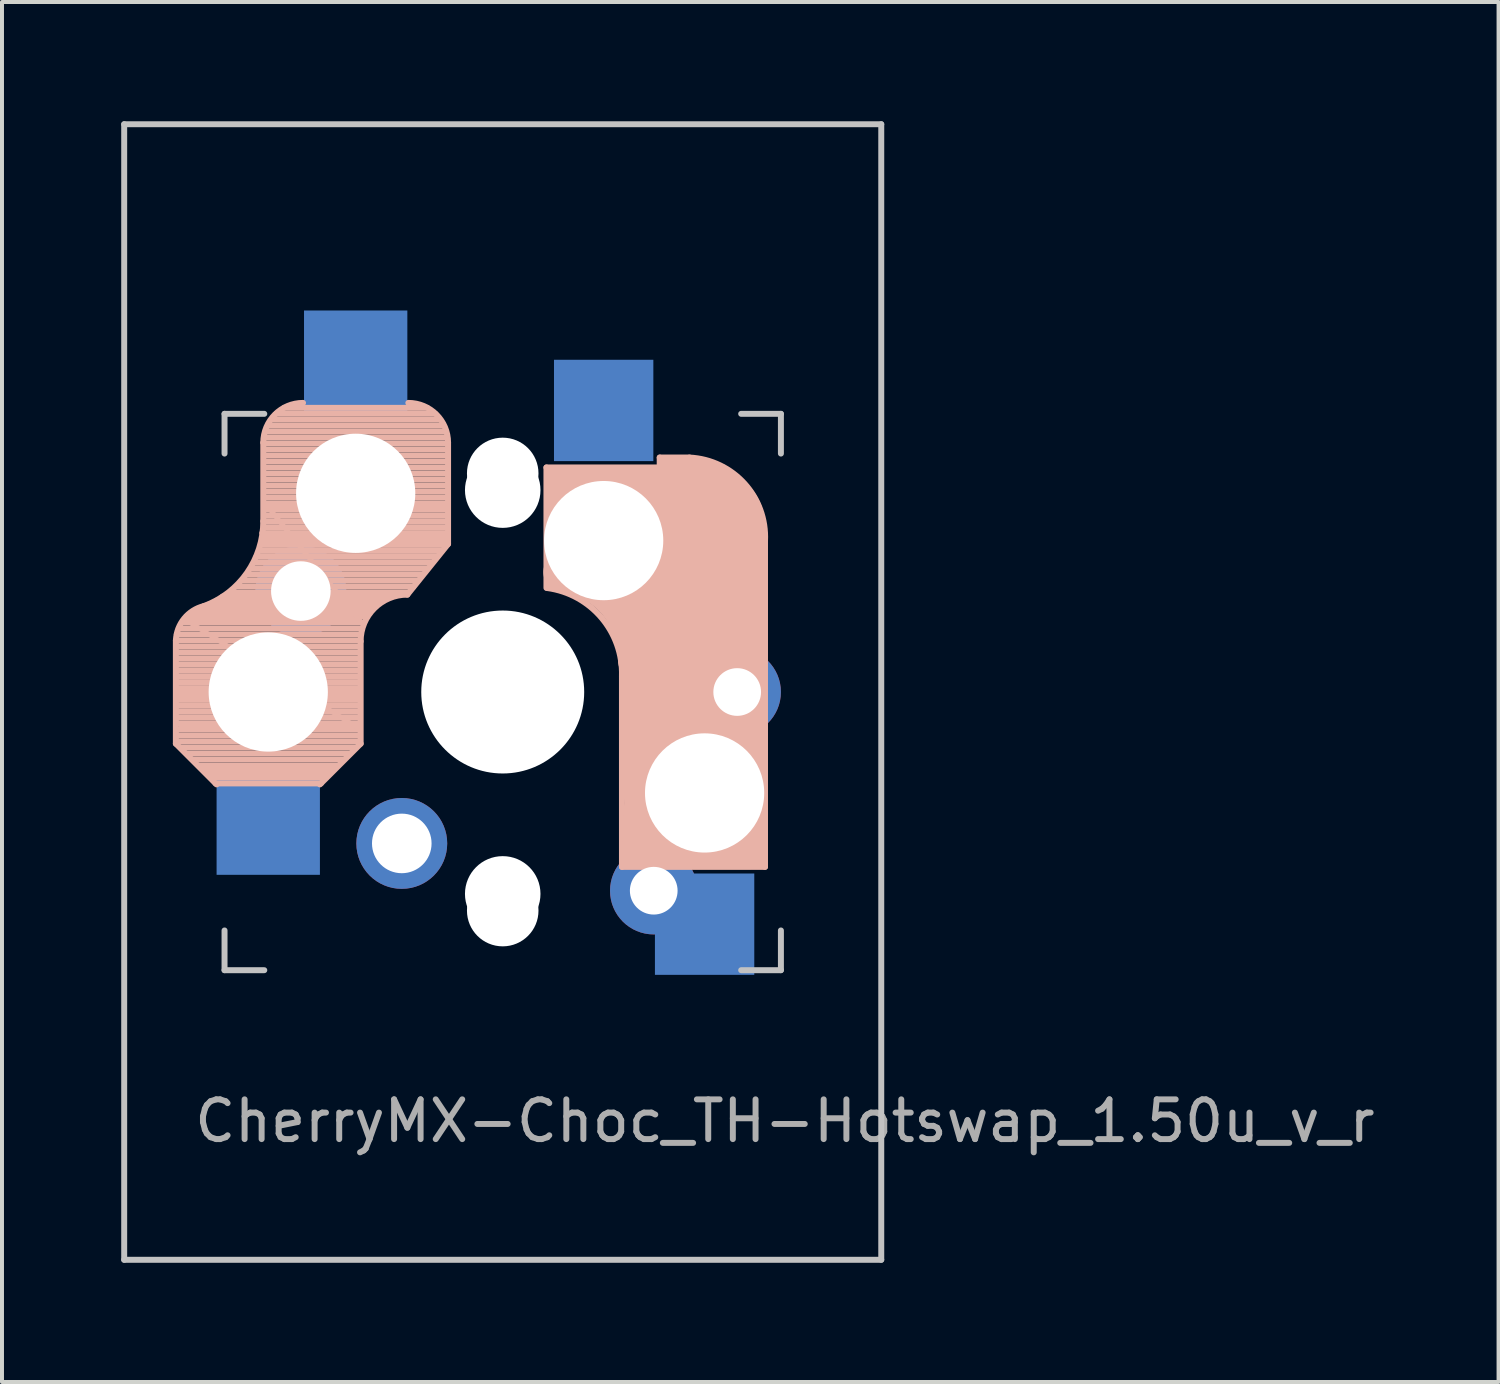
<source format=kicad_pcb>
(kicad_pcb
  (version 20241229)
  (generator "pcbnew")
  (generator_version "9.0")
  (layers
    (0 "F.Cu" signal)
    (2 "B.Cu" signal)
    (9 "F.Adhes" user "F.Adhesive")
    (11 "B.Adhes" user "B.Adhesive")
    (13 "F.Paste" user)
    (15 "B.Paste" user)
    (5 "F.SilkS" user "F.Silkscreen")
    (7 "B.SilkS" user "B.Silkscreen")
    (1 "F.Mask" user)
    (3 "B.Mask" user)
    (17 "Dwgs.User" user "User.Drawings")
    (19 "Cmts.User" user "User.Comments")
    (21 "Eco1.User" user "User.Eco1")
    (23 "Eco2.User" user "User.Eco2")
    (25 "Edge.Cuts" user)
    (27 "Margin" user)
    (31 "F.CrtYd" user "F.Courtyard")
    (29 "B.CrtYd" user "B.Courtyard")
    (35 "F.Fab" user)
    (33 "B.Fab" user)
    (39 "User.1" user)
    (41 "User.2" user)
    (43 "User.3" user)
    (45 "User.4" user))
  (footprint "CherryMX-Choc_TH-Hotswap_1.50u_v_r"
    (layer "F.Cu")
    (at 9.6 14.363)
    (property "Reference" "CherryMX-Choc_TH-Hotswap_1.50u_v_r" (at 7.1 10.795 0) (layer "F.Fab") (effects (font (size 1 1) (thickness 0.15))))
    (attr through_hole)
    (fp_line (start -8.225 1.3) (end -8.225 -1.3) (stroke (width 0.15) (type solid)) (layer "B.SilkS"))
    (fp_line (start -8.225 1.3) (end -7.2 2.325) (stroke (width 0.15) (type solid)) (layer "B.SilkS"))
    (fp_line (start -8.2 -1.45) (end -3.6 -1.45) (stroke (width 0.15) (type solid)) (layer "B.SilkS"))
    (fp_line (start -8.2 -1.3) (end -3.6 -1.3) (stroke (width 0.15) (type solid)) (layer "B.SilkS"))
    (fp_line (start -8.2 -1.15) (end -3.65 -1.15) (stroke (width 0.15) (type solid)) (layer "B.SilkS"))
    (fp_line (start -8.2 -1) (end -3.6 -1) (stroke (width 0.15) (type solid)) (layer "B.SilkS"))
    (fp_line (start -8.2 -0.85) (end -3.6 -0.85) (stroke (width 0.15) (type solid)) (layer "B.SilkS"))
    (fp_line (start -8.2 -0.7) (end -3.6 -0.7) (stroke (width 0.15) (type solid)) (layer "B.SilkS"))
    (fp_line (start -8.2 -0.55) (end -3.6 -0.55) (stroke (width 0.15) (type solid)) (layer "B.SilkS"))
    (fp_line (start -8.2 -0.4) (end -3.6 -0.4) (stroke (width 0.15) (type solid)) (layer "B.SilkS"))
    (fp_line (start -8.2 -0.25) (end -3.6 -0.25) (stroke (width 0.15) (type solid)) (layer "B.SilkS"))
    (fp_line (start -8.2 -0.1) (end -3.6 -0.1) (stroke (width 0.15) (type solid)) (layer "B.SilkS"))
    (fp_line (start -8.2 0.05) (end -3.6 0.05) (stroke (width 0.15) (type solid)) (layer "B.SilkS"))
    (fp_line (start -8.2 0.2) (end -3.6 0.2) (stroke (width 0.15) (type solid)) (layer "B.SilkS"))
    (fp_line (start -8.2 0.35) (end -3.6 0.35) (stroke (width 0.15) (type solid)) (layer "B.SilkS"))
    (fp_line (start -8.2 0.5) (end -3.6 0.5) (stroke (width 0.15) (type solid)) (layer "B.SilkS"))
    (fp_line (start -8.2 0.65) (end -3.6 0.65) (stroke (width 0.15) (type solid)) (layer "B.SilkS"))
    (fp_line (start -8.2 0.8) (end -3.6 0.8) (stroke (width 0.15) (type solid)) (layer "B.SilkS"))
    (fp_line (start -8.2 0.95) (end -3.6 0.95) (stroke (width 0.15) (type solid)) (layer "B.SilkS"))
    (fp_line (start -8.2 1.1) (end -3.6 1.1) (stroke (width 0.15) (type solid)) (layer "B.SilkS"))
    (fp_line (start -8.2 1.25) (end -3.6 1.25) (stroke (width 0.15) (type solid)) (layer "B.SilkS"))
    (fp_line (start -8.15 -1.6) (end -3.6 -1.6) (stroke (width 0.15) (type solid)) (layer "B.SilkS"))
    (fp_line (start -8.1 0.9) (end -3.65 0.9) (stroke (width 0.12) (type solid)) (layer "B.SilkS"))
    (fp_line (start -8.1 1.4) (end -3.7 1.4) (stroke (width 0.15) (type solid)) (layer "B.SilkS"))
    (fp_line (start -8.05 -1.75) (end -3.5 -1.75) (stroke (width 0.15) (type solid)) (layer "B.SilkS"))
    (fp_line (start -7.95 -1.9) (end -3.45 -1.9) (stroke (width 0.15) (type solid)) (layer "B.SilkS"))
    (fp_line (start -7.95 -1.8) (end -3.6 -1.8) (stroke (width 0.12) (type solid)) (layer "B.SilkS"))
    (fp_line (start -7.95 1.55) (end -3.85 1.55) (stroke (width 0.15) (type solid)) (layer "B.SilkS"))
    (fp_line (start -7.8 -2) (end -3.4 -2) (stroke (width 0.15) (type solid)) (layer "B.SilkS"))
    (fp_line (start -7.8 1.7) (end -4 1.7) (stroke (width 0.15) (type solid)) (layer "B.SilkS"))
    (fp_line (start -7.65 1.85) (end -4.15 1.85) (stroke (width 0.15) (type solid)) (layer "B.SilkS"))
    (fp_line (start -7.55 -2.1) (end -3.35 -2.1) (stroke (width 0.15) (type solid)) (layer "B.SilkS"))
    (fp_line (start -7.55 1.95) (end -4.25 1.95) (stroke (width 0.15) (type solid)) (layer "B.SilkS"))
    (fp_line (start -7.45 2.05) (end -4.35 2.05) (stroke (width 0.15) (type solid)) (layer "B.SilkS"))
    (fp_line (start -7.4 -2.2) (end -3.25 -2.2) (stroke (width 0.15) (type solid)) (layer "B.SilkS"))
    (fp_line (start -7.35 2.15) (end -4.45 2.15) (stroke (width 0.15) (type solid)) (layer "B.SilkS"))
    (fp_line (start -7.2 -2.3) (end -3.05 -2.3) (stroke (width 0.15) (type solid)) (layer "B.SilkS"))
    (fp_line (start -7.05 -2.4) (end -2.9 -2.4) (stroke (width 0.15) (type solid)) (layer "B.SilkS"))
    (fp_line (start -6.85 -2.5) (end -2.4 -2.5) (stroke (width 0.15) (type solid)) (layer "B.SilkS"))
    (fp_line (start -6.7 -2.65) (end -2.25 -2.65) (stroke (width 0.15) (type solid)) (layer "B.SilkS"))
    (fp_line (start -6.55 -2.8) (end -2.15 -2.8) (stroke (width 0.15) (type solid)) (layer "B.SilkS"))
    (fp_line (start -6.45 -2.95) (end -2.05 -2.95) (stroke (width 0.15) (type solid)) (layer "B.SilkS"))
    (fp_line (start -6.35 -3.1) (end -1.9 -3.1) (stroke (width 0.15) (type solid)) (layer "B.SilkS"))
    (fp_line (start -6.25 -3.25) (end -1.8 -3.25) (stroke (width 0.15) (type solid)) (layer "B.SilkS"))
    (fp_line (start -6.2 -3.4) (end -1.65 -3.4) (stroke (width 0.15) (type solid)) (layer "B.SilkS"))
    (fp_line (start -6.1 -3.55) (end -1.55 -3.55) (stroke (width 0.15) (type solid)) (layer "B.SilkS"))
    (fp_line (start -6.05 -4) (end -1.4 -4) (stroke (width 0.15) (type solid)) (layer "B.SilkS"))
    (fp_line (start -6.05 -3.85) (end -1.4 -3.85) (stroke (width 0.15) (type solid)) (layer "B.SilkS"))
    (fp_line (start -6.05 -3.7) (end -1.45 -3.7) (stroke (width 0.15) (type solid)) (layer "B.SilkS"))
    (fp_line (start -6.025 -4.3) (end -6.025 -6.275) (stroke (width 0.15) (type solid)) (layer "B.SilkS"))
    (fp_line (start -6 -6.4) (end -1.45 -6.4) (stroke (width 0.15) (type solid)) (layer "B.SilkS"))
    (fp_line (start -6 -6.25) (end -1.4 -6.25) (stroke (width 0.15) (type solid)) (layer "B.SilkS"))
    (fp_line (start -6 -6.1) (end -1.4 -6.1) (stroke (width 0.15) (type solid)) (layer "B.SilkS"))
    (fp_line (start -6 -5.95) (end -1.4 -5.95) (stroke (width 0.15) (type solid)) (layer "B.SilkS"))
    (fp_line (start -6 -5.8) (end -1.4 -5.8) (stroke (width 0.15) (type solid)) (layer "B.SilkS"))
    (fp_line (start -6 -5.65) (end -1.4 -5.65) (stroke (width 0.15) (type solid)) (layer "B.SilkS"))
    (fp_line (start -6 -5.5) (end -1.4 -5.5) (stroke (width 0.15) (type solid)) (layer "B.SilkS"))
    (fp_line (start -6 -5.35) (end -1.4 -5.35) (stroke (width 0.15) (type solid)) (layer "B.SilkS"))
    (fp_line (start -6 -5.2) (end -1.4 -5.2) (stroke (width 0.15) (type solid)) (layer "B.SilkS"))
    (fp_line (start -6 -5.05) (end -1.4 -5.05) (stroke (width 0.15) (type solid)) (layer "B.SilkS"))
    (fp_line (start -6 -4.9) (end -1.4 -4.9) (stroke (width 0.15) (type solid)) (layer "B.SilkS"))
    (fp_line (start -6 -4.75) (end -1.4 -4.75) (stroke (width 0.15) (type solid)) (layer "B.SilkS"))
    (fp_line (start -6 -4.6) (end -1.4 -4.6) (stroke (width 0.15) (type solid)) (layer "B.SilkS"))
    (fp_line (start -6 -4.45) (end -1.4 -4.45) (stroke (width 0.15) (type solid)) (layer "B.SilkS"))
    (fp_line (start -6 -4.3) (end -1.4 -4.3) (stroke (width 0.15) (type solid)) (layer "B.SilkS"))
    (fp_line (start -6 -4.15) (end -1.45 -4.15) (stroke (width 0.15) (type solid)) (layer "B.SilkS"))
    (fp_line (start -5.95 -6.55) (end -1.45 -6.55) (stroke (width 0.15) (type solid)) (layer "B.SilkS"))
    (fp_line (start -5.9 -6.7) (end -1.5 -6.7) (stroke (width 0.15) (type solid)) (layer "B.SilkS"))
    (fp_line (start -5.9 -4.65) (end -1.4 -4.65) (stroke (width 0.12) (type solid)) (layer "B.SilkS"))
    (fp_line (start -5.8 -6.85) (end -1.6 -6.85) (stroke (width 0.15) (type solid)) (layer "B.SilkS"))
    (fp_line (start -5.7 -7) (end -1.7 -7) (stroke (width 0.15) (type solid)) (layer "B.SilkS"))
    (fp_line (start -5.5 -7.15) (end -1.9 -7.15) (stroke (width 0.15) (type solid)) (layer "B.SilkS"))
    (fp_line (start -4.575 2.3) (end -7.225 2.3) (stroke (width 0.15) (type solid)) (layer "B.SilkS"))
    (fp_line (start -3.65 0.9) (end -7.95 -1.8) (stroke (width 0.12) (type solid)) (layer "B.SilkS"))
    (fp_line (start -3.6 -1.8) (end -5.9 -4.65) (stroke (width 0.12) (type solid)) (layer "B.SilkS"))
    (fp_line (start -3.575 1.3) (end -4.6 2.325) (stroke (width 0.15) (type solid)) (layer "B.SilkS"))
    (fp_line (start -3.575 1.3) (end -3.575 -1.275) (stroke (width 0.15) (type solid)) (layer "B.SilkS"))
    (fp_line (start -1.375 -3.725) (end -2.4 -2.45) (stroke (width 0.15) (type solid)) (layer "B.SilkS"))
    (fp_line (start -1.375 -3.725) (end -1.375 -6.275) (stroke (width 0.15) (type solid)) (layer "B.SilkS"))
    (fp_line (start 1.1 -5.65) (end 1.1 -2.62) (stroke (width 0.15) (type solid)) (layer "B.SilkS"))
    (fp_line (start 1.3 -5.45) (end 1.3 -3) (stroke (width 0.5) (type solid)) (layer "B.SilkS"))
    (fp_line (start 1.6 -5.3) (end 3.4 -5.3) (stroke (width 0.8) (type solid)) (layer "B.SilkS"))
    (fp_line (start 3 -0.4) (end 3 4.4) (stroke (width 0.15) (type solid)) (layer "B.SilkS"))
    (fp_line (start 3 4.4) (end 6.6 4.4) (stroke (width 0.15) (type solid)) (layer "B.SilkS"))
    (fp_line (start 3.25 4.2) (end 3.3 2.9) (stroke (width 0.5) (type solid)) (layer "B.SilkS"))
    (fp_line (start 3.95 -5.9) (end 3.95 -5.7) (stroke (width 0.15) (type solid)) (layer "B.SilkS"))
    (fp_line (start 4 4.38) (end 6.25 4.38) (stroke (width 0.15) (type solid)) (layer "B.SilkS"))
    (fp_line (start 4.05 -5.8) (end 4.7 -5.8) (stroke (width 0.3) (type solid)) (layer "B.SilkS"))
    (fp_line (start 4.7 -5.9) (end 3.95 -5.9) (stroke (width 0.15) (type solid)) (layer "B.SilkS"))
    (fp_line (start 4.8 2.6) (end 4.8 -4.1) (stroke (width 3.5) (type solid)) (layer "B.SilkS"))
    (fp_line (start 5.1 -4.17) (end 2.86 -4.17) (stroke (width 3) (type solid)) (layer "B.SilkS"))
    (fp_line (start 5.55 -5.65) (end 1.1 -5.65) (stroke (width 0.15) (type solid)) (layer "B.SilkS"))
    (fp_line (start 6 3.9) (end 3.5 3.9) (stroke (width 1) (type solid)) (layer "B.SilkS"))
    (fp_line (start 6.4 4.25) (end 6.4 3) (stroke (width 0.4) (type solid)) (layer "B.SilkS"))
    (fp_line (start 6.6 4.4) (end 6.6 -3.8) (stroke (width 0.15) (type solid)) (layer "B.SilkS"))
    (fp_arc (start -8.223791 -1.300995) (mid -8.016021 -1.848286) (end -7.521904 -2.162199) (stroke (width 0.15) (type solid)) (layer "B.SilkS"))
    (fp_arc (start -6.025 -6.275) (mid -5.732107 -6.982107) (end -5.025 -7.275) (stroke (width 0.15) (type solid)) (layer "B.SilkS"))
    (fp_arc (start -6.025 -4.3) (mid -6.436429 -2.995114) (end -7.521904 -2.162199) (stroke (width 0.15) (type solid)) (layer "B.SilkS"))
    (fp_arc (start -3.575 -1.275) (mid -3.23085 -2.10585) (end -2.4 -2.45) (stroke (width 0.15) (type solid)) (layer "B.SilkS"))
    (fp_arc (start -2.375 -7.275) (mid -1.667893 -6.982107) (end -1.375 -6.275) (stroke (width 0.15) (type solid)) (layer "B.SilkS"))
    (fp_arc (start 1.121471 -2.616318) (mid 2.486118 -1.868709) (end 3 -0.4) (stroke (width 0.15) (type solid)) (layer "B.SilkS"))
    (fp_arc (start 1.521471 -3.016318) (mid 2.886118 -2.268709) (end 3.4 -0.8) (stroke (width 1) (type solid)) (layer "B.SilkS"))
    (fp_arc (start 4.699999 -5.9) (mid 6.084924 -5.243504) (end 6.6 -3.800001) (stroke (width 0.15) (type solid)) (layer "B.SilkS"))
    (fp_line (start -9.525 -14.287) (end 9.525 -14.287) (stroke (width 0.15) (type solid)) (layer "Dwgs.User"))
    (fp_line (start -9.525 14.287) (end -9.525 -14.287) (stroke (width 0.15) (type solid)) (layer "Dwgs.User"))
    (fp_line (start -7 -7) (end -7 -6) (stroke (width 0.15) (type solid)) (layer "Dwgs.User"))
    (fp_line (start -7 6) (end -7 7) (stroke (width 0.15) (type solid)) (layer "Dwgs.User"))
    (fp_line (start -7 7) (end -6 7) (stroke (width 0.15) (type solid)) (layer "Dwgs.User"))
    (fp_line (start -6 -7) (end -7 -7) (stroke (width 0.15) (type solid)) (layer "Dwgs.User"))
    (fp_line (start 6 -7) (end 7 -7) (stroke (width 0.15) (type solid)) (layer "Dwgs.User"))
    (fp_line (start 7 -7) (end 7 -6) (stroke (width 0.15) (type solid)) (layer "Dwgs.User"))
    (fp_line (start 7 7) (end 6 7) (stroke (width 0.15) (type solid)) (layer "Dwgs.User"))
    (fp_line (start 7 7) (end 7 6) (stroke (width 0.15) (type solid)) (layer "Dwgs.User"))
    (fp_line (start 9.525 -14.287) (end 9.525 14.287) (stroke (width 0.15) (type solid)) (layer "Dwgs.User"))
    (fp_line (start 9.525 14.287) (end -9.525 14.287) (stroke (width 0.15) (type solid)) (layer "Dwgs.User"))
    (pad "" np_thru_hole circle (at -5.9 0) (size 3 3) (drill 3) (layers "*.Cu" "*.Mask"))
    (pad "" np_thru_hole circle (at -4.2 -5.22 270) (size 1.2 1.2) (drill 1.2) (layers "*.Cu" "*.Mask"))
    (pad "" np_thru_hole circle (at -3.7 -5) (size 3 3) (drill 3) (layers "*.Cu" "*.Mask"))
    (pad "" np_thru_hole circle (at 0 -5.5 270) (size 1.8 1.8) (drill 1.8) (layers "*.Cu" "*.Mask"))
    (pad "" np_thru_hole circle (at 0 -5.08 270) (size 1.9 1.9) (drill 1.9) (layers "*.Cu" "*.Mask"))
    (pad "" np_thru_hole circle (at 0 0 270) (size 3.2 3.2) (drill 3.2) (layers "*.Cu" "*.Mask"))
    (pad "" np_thru_hole circle (at 0 0) (size 4.1 4.1) (drill 4.1) (layers "*.Cu" "*.Mask"))
    (pad "" np_thru_hole circle (at 0 5.08 270) (size 1.9 1.9) (drill 1.9) (layers "*.Cu" "*.Mask"))
    (pad "" np_thru_hole circle (at 0 5.5 270) (size 1.8 1.8) (drill 1.8) (layers "*.Cu" "*.Mask"))
    (pad "" np_thru_hole circle (at 2.54 -3.81 270) (size 3 3) (drill 3) (layers "*.Cu" "*.Mask"))
    (pad "" np_thru_hole circle (at 5.08 2.54 270) (size 3 3) (drill 3) (layers "*.Cu" "*.Mask"))
    (pad "1" thru_hole circle (at -5.08 -2.54 90) (size 2.286 2.286) (drill 1.499) (layers "*.Cu" "*.Mask"))
    (pad "1" smd rect (at -3.7 -8.3 90) (size 2.6 2.6) (layers "B.Cu" "B.Mask" "B.Paste"))
    (pad "1" smd rect (at 2.54 -7.085 90) (size 2.55 2.5) (layers "B.Cu" "B.Mask" "B.Paste"))
    (pad "1" thru_hole circle (at 5.9 0 270) (size 2.2 2.2) (drill 1.2) (layers "*.Cu" "B.Mask"))
    (pad "2" smd rect (at -5.9 3.3 90) (size 2.6 2.6) (layers "B.Cu" "B.Mask" "B.Paste"))
    (pad "2" thru_hole circle (at -2.54 3.81 90) (size 2.286 2.286) (drill 1.499) (layers "*.Cu" "*.Mask"))
    (pad "2" thru_hole circle (at 3.8 5 270) (size 2.2 2.2) (drill 1.2) (layers "*.Cu" "B.Mask"))
    (pad "2" smd rect (at 5.08 5.842 90) (size 2.55 2.5) (layers "B.Cu" "B.Mask" "B.Paste")))
  (gr_rect
    (start -3 -3)
    (end 34.658 31.725)
    (stroke (width 0.1) (type default))
    (fill no)
    (layer "Edge.Cuts")))
</source>
